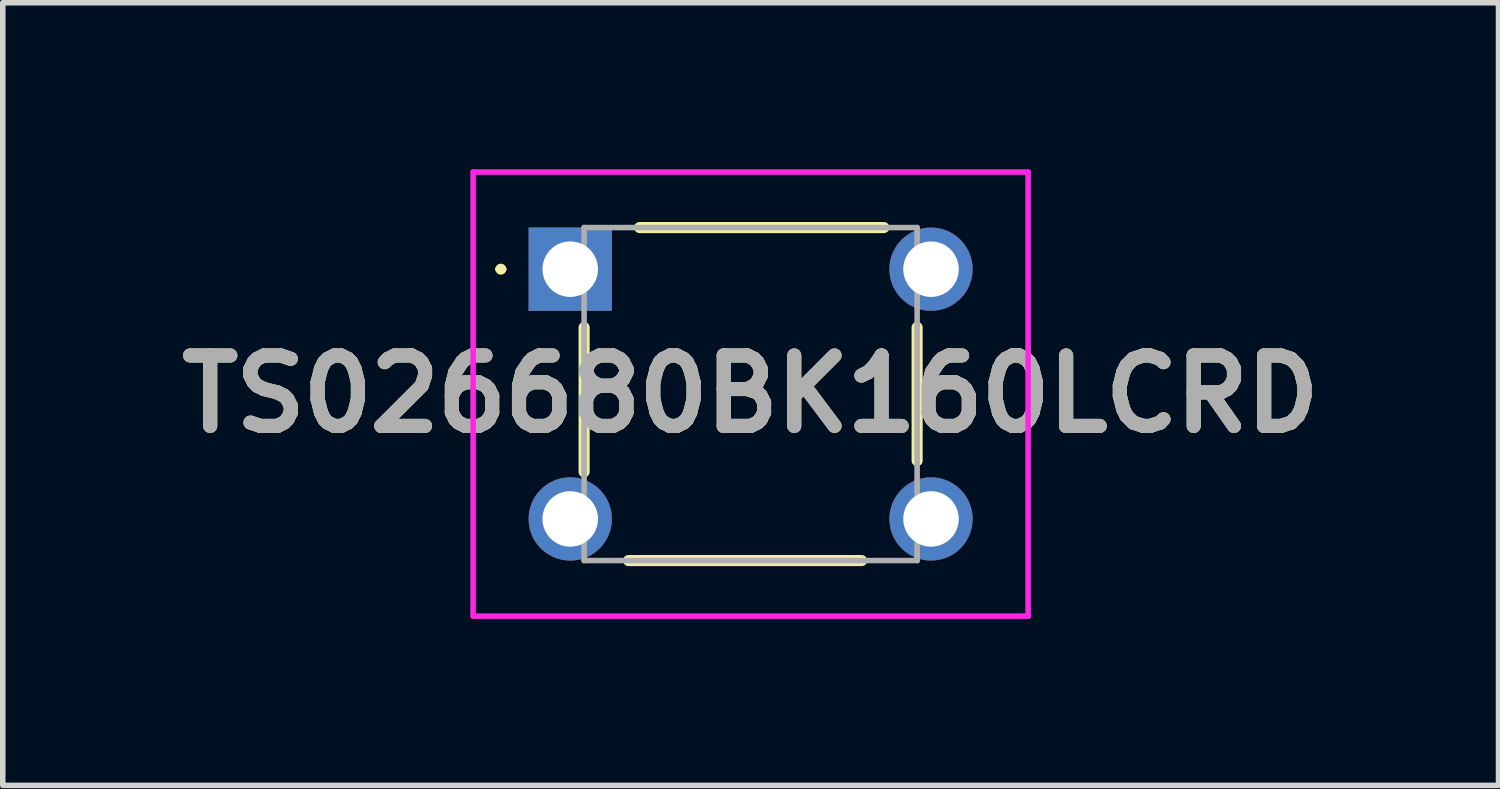
<source format=kicad_pcb>
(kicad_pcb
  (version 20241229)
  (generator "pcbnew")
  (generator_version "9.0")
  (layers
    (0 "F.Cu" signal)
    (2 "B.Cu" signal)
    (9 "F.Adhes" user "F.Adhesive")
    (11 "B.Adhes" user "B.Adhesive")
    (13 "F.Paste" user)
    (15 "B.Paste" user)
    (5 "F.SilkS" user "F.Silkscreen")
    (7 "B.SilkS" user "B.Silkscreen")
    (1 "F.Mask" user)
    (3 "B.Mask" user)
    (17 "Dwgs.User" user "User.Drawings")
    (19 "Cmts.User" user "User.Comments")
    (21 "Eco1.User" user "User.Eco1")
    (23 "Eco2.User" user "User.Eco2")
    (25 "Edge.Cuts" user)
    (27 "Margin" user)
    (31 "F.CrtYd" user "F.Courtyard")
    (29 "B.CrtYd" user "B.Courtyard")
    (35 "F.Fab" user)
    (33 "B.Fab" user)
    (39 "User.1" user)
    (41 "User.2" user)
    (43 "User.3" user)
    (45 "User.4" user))
  (footprint "TS026680BK160LCRD"
    (layer "F.Cu")
    (at 7.224 1.8)
    (property "Reference" "TS026680BK160LCRD" (at 3.25 2.25 0) (layer "F.SilkS") (effects (font (size 1.27 1.27) (thickness 0.254))))
    (attr through_hole)
    (fp_line (start -1.3 0) (end -1.3 0) (stroke (width 0.1) (type solid)) (layer "F.SilkS"))
    (fp_line (start -1.2 0) (end -1.2 0) (stroke (width 0.1) (type solid)) (layer "F.SilkS"))
    (fp_line (start 0.25 3.65) (end 0.25 1.05) (stroke (width 0.2) (type solid)) (layer "F.SilkS"))
    (fp_line (start 1.05 5.25) (end 5.25 5.25) (stroke (width 0.2) (type solid)) (layer "F.SilkS"))
    (fp_line (start 1.25 -0.75) (end 5.65 -0.75) (stroke (width 0.2) (type solid)) (layer "F.SilkS"))
    (fp_line (start 6.25 3.45) (end 6.25 1.05) (stroke (width 0.2) (type solid)) (layer "F.SilkS"))
    (fp_arc (start -1.3 0) (mid -1.25 -0.05) (end -1.2 0) (stroke (width 0.1) (type solid)) (layer "F.SilkS"))
    (fp_arc (start -1.2 0) (mid -1.25 0.05) (end -1.3 0) (stroke (width 0.1) (type solid)) (layer "F.SilkS"))
    (fp_line (start -1.75 -1.75) (end 8.25 -1.75) (stroke (width 0.1) (type solid)) (layer "F.CrtYd"))
    (fp_line (start -1.75 6.25) (end -1.75 -1.75) (stroke (width 0.1) (type solid)) (layer "F.CrtYd"))
    (fp_line (start 8.25 -1.75) (end 8.25 6.25) (stroke (width 0.1) (type solid)) (layer "F.CrtYd"))
    (fp_line (start 8.25 6.25) (end -1.75 6.25) (stroke (width 0.1) (type solid)) (layer "F.CrtYd"))
    (fp_line (start 0.25 -0.75) (end 6.25 -0.75) (stroke (width 0.1) (type solid)) (layer "F.Fab"))
    (fp_line (start 0.25 5.25) (end 0.25 -0.75) (stroke (width 0.1) (type solid)) (layer "F.Fab"))
    (fp_line (start 6.25 -0.75) (end 6.25 5.25) (stroke (width 0.1) (type solid)) (layer "F.Fab"))
    (fp_line (start 6.25 5.25) (end 0.25 5.25) (stroke (width 0.1) (type solid)) (layer "F.Fab"))
    (fp_text user "${REFERENCE}" (at 3.25 2.25 0) (layer "F.Fab") (effects (font (size 1.27 1.27) (thickness 0.254))))
    (pad "1" thru_hole rect (at 0 0) (size 1.5 1.5) (drill 1) (layers "*.Cu" "*.Mask"))
    (pad "2" thru_hole circle (at 6.5 0) (size 1.5 1.5) (drill 1) (layers "*.Cu" "*.Mask"))
    (pad "3" thru_hole circle (at 0 4.5) (size 1.5 1.5) (drill 1) (layers "*.Cu" "*.Mask"))
    (pad "4" thru_hole circle (at 6.5 4.5) (size 1.5 1.5) (drill 1) (layers "*.Cu" "*.Mask")))
  (gr_rect
    (start -3 -3)
    (end 23.949 11.1)
    (stroke (width 0.1) (type default))
    (fill no)
    (layer "Edge.Cuts")))
</source>
